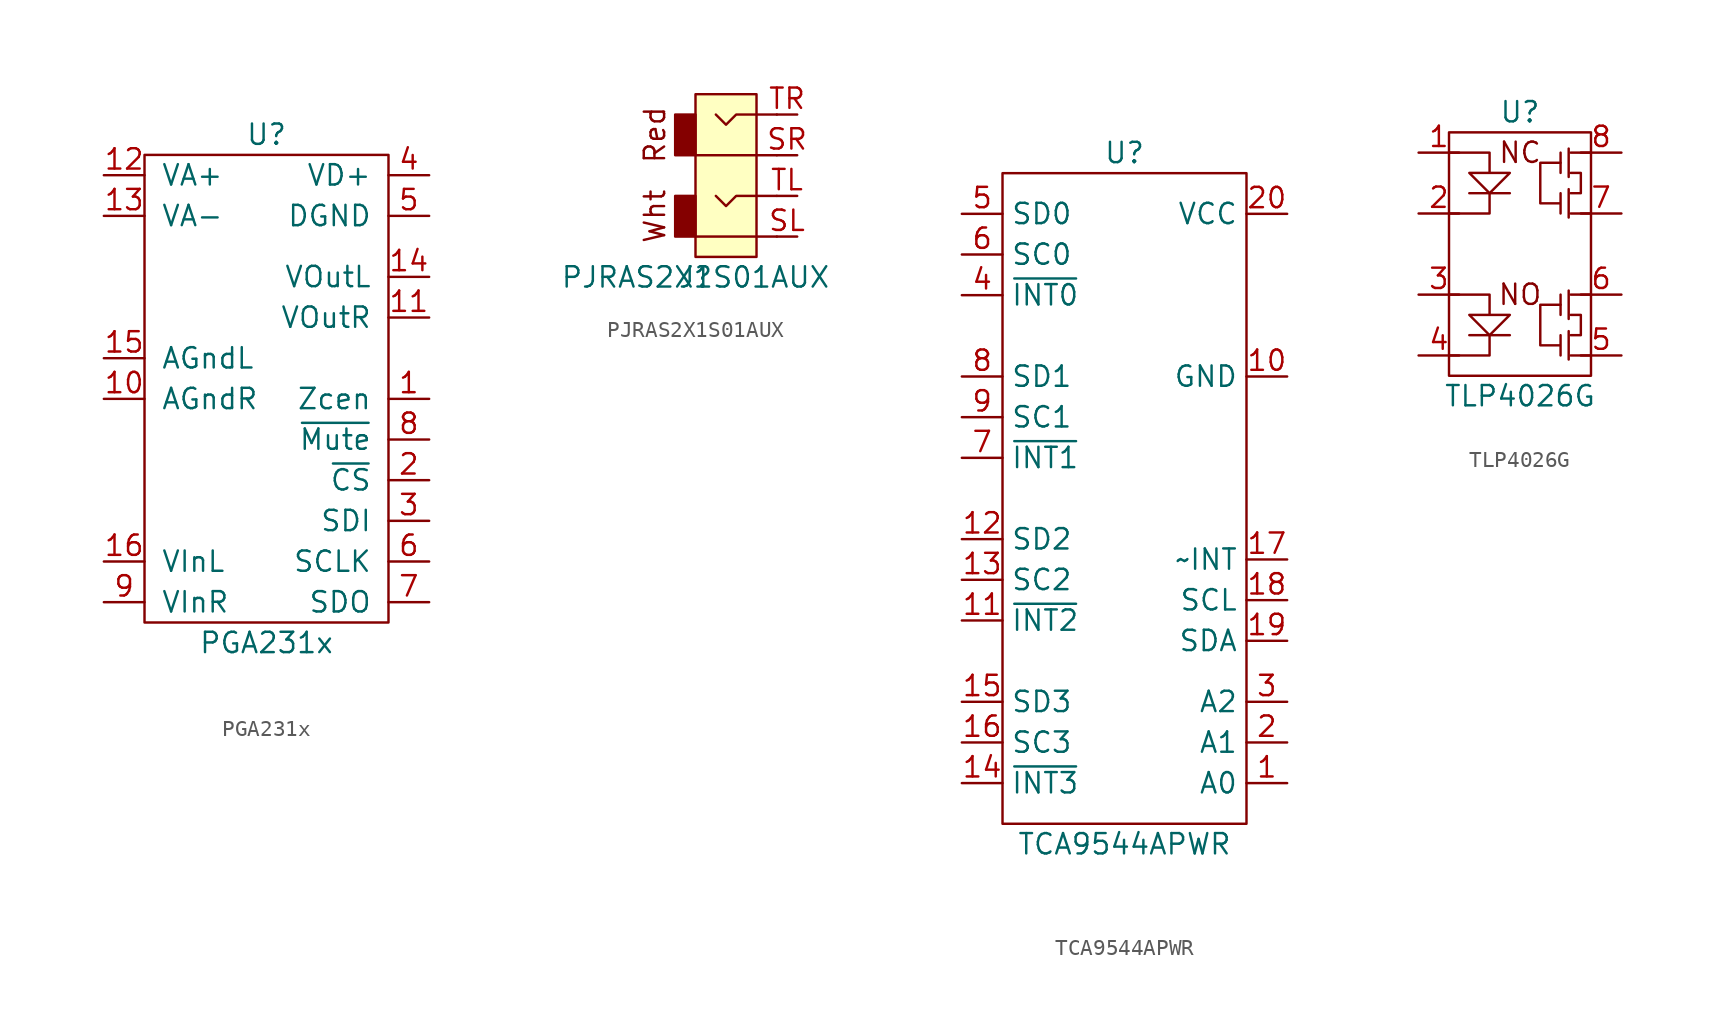
<source format=kicad_sym>
(kicad_symbol_lib
  (version 20220914)
  (generator kicad_symbol_editor)
  (symbol "PGA231x"
    (pin_names
      (offset 1.016))
    (property "Reference" "U"
      (at 7.62 1.27 0)
      (effects (font (size 1.27 1.27))))
    (property "Value" "PGA231x"
      (at 7.62 -30.48 0)
      (effects (font (size 1.27 1.27))))
    (symbol "PGA231x_0_1"
      (rectangle (start 0 0) (end 15.24 -29.21) (stroke (width 0) (type default)) (fill (type none))))
    (symbol "PGA231x_1_1"
      (pin passive line (at 17.78 -15.24 180) (length 2.54) (name "Zcen" (effects (font (size 1.27 1.27)))) (number "1" (effects (font (size 1.27 1.27)))))
      (pin power_in line (at -2.54 -15.24 0) (length 2.54) (name "AGndR" (effects (font (size 1.27 1.27)))) (number "10" (effects (font (size 1.27 1.27)))))
      (pin passive line (at 17.78 -10.16 180) (length 2.54) (name "VOutR" (effects (font (size 1.27 1.27)))) (number "11" (effects (font (size 1.27 1.27)))))
      (pin power_in line (at -2.54 -1.27 0) (length 2.54) (name "VA+" (effects (font (size 1.27 1.27)))) (number "12" (effects (font (size 1.27 1.27)))))
      (pin power_in line (at -2.54 -3.81 0) (length 2.54) (name "VA-" (effects (font (size 1.27 1.27)))) (number "13" (effects (font (size 1.27 1.27)))))
      (pin passive line (at 17.78 -7.62 180) (length 2.54) (name "VOutL" (effects (font (size 1.27 1.27)))) (number "14" (effects (font (size 1.27 1.27)))))
      (pin power_in line (at -2.54 -12.7 0) (length 2.54) (name "AGndL" (effects (font (size 1.27 1.27)))) (number "15" (effects (font (size 1.27 1.27)))))
      (pin passive line (at -2.54 -25.4 0) (length 2.54) (name "VInL" (effects (font (size 1.27 1.27)))) (number "16" (effects (font (size 1.27 1.27)))))
      (pin passive line (at 17.78 -20.32 180) (length 2.54) (name "~{CS}" (effects (font (size 1.27 1.27)))) (number "2" (effects (font (size 1.27 1.27)))))
      (pin passive line (at 17.78 -22.86 180) (length 2.54) (name "SDI" (effects (font (size 1.27 1.27)))) (number "3" (effects (font (size 1.27 1.27)))))
      (pin power_in line (at 17.78 -1.27 180) (length 2.54) (name "VD+" (effects (font (size 1.27 1.27)))) (number "4" (effects (font (size 1.27 1.27)))))
      (pin passive line (at 17.78 -3.81 180) (length 2.54) (name "DGND" (effects (font (size 1.27 1.27)))) (number "5" (effects (font (size 1.27 1.27)))))
      (pin passive line (at 17.78 -25.4 180) (length 2.54) (name "SCLK" (effects (font (size 1.27 1.27)))) (number "6" (effects (font (size 1.27 1.27)))))
      (pin passive line (at 17.78 -27.94 180) (length 2.54) (name "SDO" (effects (font (size 1.27 1.27)))) (number "7" (effects (font (size 1.27 1.27)))))
      (pin passive line (at 17.78 -17.78 180) (length 2.54) (name "~{Mute}" (effects (font (size 1.27 1.27)))) (number "8" (effects (font (size 1.27 1.27)))))
      (pin passive line (at -2.54 -27.94 0) (length 2.54) (name "VInR" (effects (font (size 1.27 1.27)))) (number "9" (effects (font (size 1.27 1.27)))))))
  (symbol "PJRAS2X1S01AUX"
    (pin_names
      (offset 1.016))
    (property "Reference" "J"
      (at -2.54 -6.35 0)
      (effects (font (size 1.27 1.27))))
    (property "Value" "PJRAS2X1S01AUX"
      (at -2.54 -6.35 0)
      (effects (font (size 1.27 1.27))))
    (symbol "PJRAS2X1S01AUX_0_0"
      (text "Red" (at -5.08 2.54 900) (effects (font (size 1.27 1.27))))
      (text "Wht" (at -5.08 -2.54 900) (effects (font (size 1.27 1.27)))))
    (symbol "PJRAS2X1S01AUX_0_1"
      (rectangle (start -3.81 -1.27) (end -2.54 -3.81) (stroke (width 0) (type default)) (fill (type outline)))
      (rectangle (start -2.54 1.27) (end -3.81 3.81) (stroke (width 0) (type default)) (fill (type outline)))
      (rectangle (start -2.54 5.08) (end 1.27 -5.08) (stroke (width 0) (type default)) (fill (type background)))
      (polyline (pts (xy -2.54 -3.81) (xy 2.54 -3.81)) (stroke (width 0) (type default)) (fill (type none)))
      (polyline (pts (xy -2.54 1.27) (xy 2.54 1.27)) (stroke (width 0) (type default)) (fill (type none)))
      (polyline (pts (xy -1.27 -1.27) (xy -0.635 -1.905) (xy 0 -1.27) (xy 2.54 -1.27)) (stroke (width 0) (type default)) (fill (type none)))
      (polyline (pts (xy -1.27 3.81) (xy -0.635 3.175) (xy 0 3.81) (xy 2.54 3.81)) (stroke (width 0) (type default)) (fill (type none))))
    (symbol "PJRAS2X1S01AUX_1_1"
      (pin passive line (at 3.81 -3.81 180) (length 1.27) (name "~" (effects (font (size 1.27 1.27)))) (number "SL" (effects (font (size 1.27 1.27)))))
      (pin passive line (at 3.81 1.27 180) (length 1.27) (name "~" (effects (font (size 1.27 1.27)))) (number "SR" (effects (font (size 1.27 1.27)))))
      (pin passive line (at 3.81 -1.27 180) (length 1.27) (name "~" (effects (font (size 1.27 1.27)))) (number "TL" (effects (font (size 1.27 1.27)))))
      (pin passive line (at 3.81 3.81 180) (length 1.27) (name "~" (effects (font (size 1.27 1.27)))) (number "TR" (effects (font (size 1.27 1.27)))))))
  (symbol "TCA9544APWR"
    (property "Reference" "U"
      (at 7.62 1.27 0)
      (effects (font (size 1.27 1.27))))
    (property "Value" "TCA9544APWR"
      (at 7.62 -41.91 0)
      (effects (font (size 1.27 1.27))))
    (symbol "TCA9544APWR_0_0"
      (rectangle (start 0 0) (end 15.24 -40.64) (stroke (width 0) (type default)) (fill (type none)))
      (pin passive line (at 17.78 -38.1 180) (length 2.54) (name "A0" (effects (font (size 1.27 1.27)))) (number "1" (effects (font (size 1.27 1.27)))))
      (pin power_in line (at 17.78 -12.7 180) (length 2.54) (name "GND" (effects (font (size 1.27 1.27)))) (number "10" (effects (font (size 1.27 1.27)))))
      (pin passive line (at -2.54 -27.94 0) (length 2.54) (name "~{INT2}" (effects (font (size 1.27 1.27)))) (number "11" (effects (font (size 1.27 1.27)))))
      (pin passive line (at -2.54 -22.86 0) (length 2.54) (name "SD2" (effects (font (size 1.27 1.27)))) (number "12" (effects (font (size 1.27 1.27)))))
      (pin passive line (at -2.54 -25.4 0) (length 2.54) (name "SC2" (effects (font (size 1.27 1.27)))) (number "13" (effects (font (size 1.27 1.27)))))
      (pin passive line (at -2.54 -38.1 0) (length 2.54) (name "~{INT3}" (effects (font (size 1.27 1.27)))) (number "14" (effects (font (size 1.27 1.27)))))
      (pin passive line (at -2.54 -33.02 0) (length 2.54) (name "SD3" (effects (font (size 1.27 1.27)))) (number "15" (effects (font (size 1.27 1.27)))))
      (pin passive line (at -2.54 -35.56 0) (length 2.54) (name "SC3" (effects (font (size 1.27 1.27)))) (number "16" (effects (font (size 1.27 1.27)))))
      (pin passive line (at 17.78 -24.13 180) (length 2.54) (name "~INT" (effects (font (size 1.27 1.27)))) (number "17" (effects (font (size 1.27 1.27)))))
      (pin passive line (at 17.78 -26.67 180) (length 2.54) (name "SCL" (effects (font (size 1.27 1.27)))) (number "18" (effects (font (size 1.27 1.27)))))
      (pin passive line (at 17.78 -29.21 180) (length 2.54) (name "SDA" (effects (font (size 1.27 1.27)))) (number "19" (effects (font (size 1.27 1.27)))))
      (pin passive line (at 17.78 -35.56 180) (length 2.54) (name "A1" (effects (font (size 1.27 1.27)))) (number "2" (effects (font (size 1.27 1.27)))))
      (pin power_in line (at 17.78 -2.54 180) (length 2.54) (name "VCC" (effects (font (size 1.27 1.27)))) (number "20" (effects (font (size 1.27 1.27)))))
      (pin passive line (at 17.78 -33.02 180) (length 2.54) (name "A2" (effects (font (size 1.27 1.27)))) (number "3" (effects (font (size 1.27 1.27)))))
      (pin passive line (at -2.54 -7.62 0) (length 2.54) (name "~{INT0}" (effects (font (size 1.27 1.27)))) (number "4" (effects (font (size 1.27 1.27)))))
      (pin passive line (at -2.54 -2.54 0) (length 2.54) (name "SD0" (effects (font (size 1.27 1.27)))) (number "5" (effects (font (size 1.27 1.27)))))
      (pin passive line (at -2.54 -5.08 0) (length 2.54) (name "SC0" (effects (font (size 1.27 1.27)))) (number "6" (effects (font (size 1.27 1.27)))))
      (pin passive line (at -2.54 -17.78 0) (length 2.54) (name "~{INT1}" (effects (font (size 1.27 1.27)))) (number "7" (effects (font (size 1.27 1.27)))))
      (pin passive line (at -2.54 -12.7 0) (length 2.54) (name "SD1" (effects (font (size 1.27 1.27)))) (number "8" (effects (font (size 1.27 1.27)))))
      (pin passive line (at -2.54 -15.24 0) (length 2.54) (name "SC1" (effects (font (size 1.27 1.27)))) (number "9" (effects (font (size 1.27 1.27)))))))
  (symbol "TLP4026G"
    (pin_names
      (offset 1.016))
    (property "Reference" "U"
      (at 0 8.89 0)
      (effects (font (size 1.27 1.27))))
    (property "Value" "TLP4026G"
      (at 0 -8.89 0)
      (effects (font (size 1.27 1.27))))
    (symbol "TLP4026G_0_0"
      (text "NC" (at 0 6.35 0) (effects (font (size 1.27 1.27))))
      (text "NO" (at 0 -2.54 0) (effects (font (size 1.27 1.27)))))
    (symbol "TLP4026G_0_1"
      (rectangle (start -4.445 7.62) (end 4.445 -7.62) (stroke (width 0) (type default)) (fill (type none)))
      (polyline (pts (xy -3.175 -5.08) (xy -0.635 -5.08)) (stroke (width 0) (type default)) (fill (type none)))
      (polyline (pts (xy -3.175 3.81) (xy -0.635 3.81)) (stroke (width 0) (type default)) (fill (type none)))
      (polyline (pts (xy 2.54 -2.54) (xy 2.54 -3.81)) (stroke (width 0) (type default)) (fill (type none)))
      (polyline (pts (xy 2.54 6.35) (xy 2.54 5.08)) (stroke (width 0) (type default)) (fill (type none)))
      (polyline (pts (xy 3.048 -4.826) (xy 3.048 -6.604)) (stroke (width 0) (type default)) (fill (type none)))
      (polyline (pts (xy 3.048 -4.064) (xy 3.048 -2.286)) (stroke (width 0) (type default)) (fill (type none)))
      (polyline (pts (xy 3.048 4.064) (xy 3.048 2.286)) (stroke (width 0) (type default)) (fill (type none)))
      (polyline (pts (xy 3.048 4.826) (xy 3.048 6.604)) (stroke (width 0) (type default)) (fill (type none)))
      (polyline (pts (xy 3.175 -6.35) (xy 4.445 -6.35)) (stroke (width 0) (type default)) (fill (type none)))
      (polyline (pts (xy 3.175 -2.54) (xy 4.445 -2.54)) (stroke (width 0) (type default)) (fill (type none)))
      (polyline (pts (xy 3.175 2.54) (xy 4.445 2.54)) (stroke (width 0) (type default)) (fill (type none)))
      (polyline (pts (xy 3.175 6.35) (xy 4.445 6.35)) (stroke (width 0) (type default)) (fill (type none)))
      (polyline (pts (xy -1.905 -5.08) (xy -1.905 -6.35) (xy -4.445 -6.35)) (stroke (width 0) (type default)) (fill (type none)))
      (polyline (pts (xy -1.905 3.81) (xy -1.905 2.54) (xy -4.445 2.54)) (stroke (width 0) (type default)) (fill (type none)))
      (polyline (pts (xy 3.175 -5.08) (xy 3.81 -5.08) (xy 3.81 -3.81) (xy 3.175 -3.81)) (stroke (width 0) (type default)) (fill (type none)))
      (polyline (pts (xy 3.175 3.81) (xy 3.81 3.81) (xy 3.81 5.08) (xy 3.175 5.08)) (stroke (width 0) (type default)) (fill (type none)))
      (polyline (pts (xy 2.54 -3.175) (xy 1.27 -3.175) (xy 1.27 -5.715) (xy 2.54 -5.715) (xy 2.54 -5.08) (xy 2.54 -6.35)) (stroke (width 0) (type default)) (fill (type none)))
      (polyline (pts (xy 2.54 5.715) (xy 1.27 5.715) (xy 1.27 3.175) (xy 2.54 3.175) (xy 2.54 3.81) (xy 2.54 2.54)) (stroke (width 0) (type default)) (fill (type none)))
      (polyline (pts (xy -4.445 -2.54) (xy -1.905 -2.54) (xy -1.905 -3.81) (xy -3.175 -3.81) (xy -1.905 -5.08) (xy -0.635 -3.81) (xy -1.905 -3.81)) (stroke (width 0) (type default)) (fill (type none)))
      (polyline (pts (xy -4.445 6.35) (xy -1.905 6.35) (xy -1.905 5.08) (xy -3.175 5.08) (xy -1.905 3.81) (xy -0.635 5.08) (xy -1.905 5.08)) (stroke (width 0) (type default)) (fill (type none))))
    (symbol "TLP4026G_1_1"
      (pin passive line (at -6.35 6.35 0) (length 2.54) (name "~" (effects (font (size 1.27 1.27)))) (number "1" (effects (font (size 1.27 1.27)))))
      (pin passive line (at -6.35 2.54 0) (length 2.54) (name "~" (effects (font (size 1.27 1.27)))) (number "2" (effects (font (size 1.27 1.27)))))
      (pin passive line (at -6.35 -2.54 0) (length 2.54) (name "~" (effects (font (size 1.27 1.27)))) (number "3" (effects (font (size 1.27 1.27)))))
      (pin passive line (at -6.35 -6.35 0) (length 2.54) (name "~" (effects (font (size 1.27 1.27)))) (number "4" (effects (font (size 1.27 1.27)))))
      (pin passive line (at 6.35 -6.35 180) (length 2.54) (name "~" (effects (font (size 1.27 1.27)))) (number "5" (effects (font (size 1.27 1.27)))))
      (pin passive line (at 6.35 -2.54 180) (length 2.54) (name "~" (effects (font (size 1.27 1.27)))) (number "6" (effects (font (size 1.27 1.27)))))
      (pin passive line (at 6.35 2.54 180) (length 2.54) (name "~" (effects (font (size 1.27 1.27)))) (number "7" (effects (font (size 1.27 1.27)))))
      (pin passive line (at 6.35 6.35 180) (length 2.54) (name "~" (effects (font (size 1.27 1.27)))) (number "8" (effects (font (size 1.27 1.27))))))))
</source>
